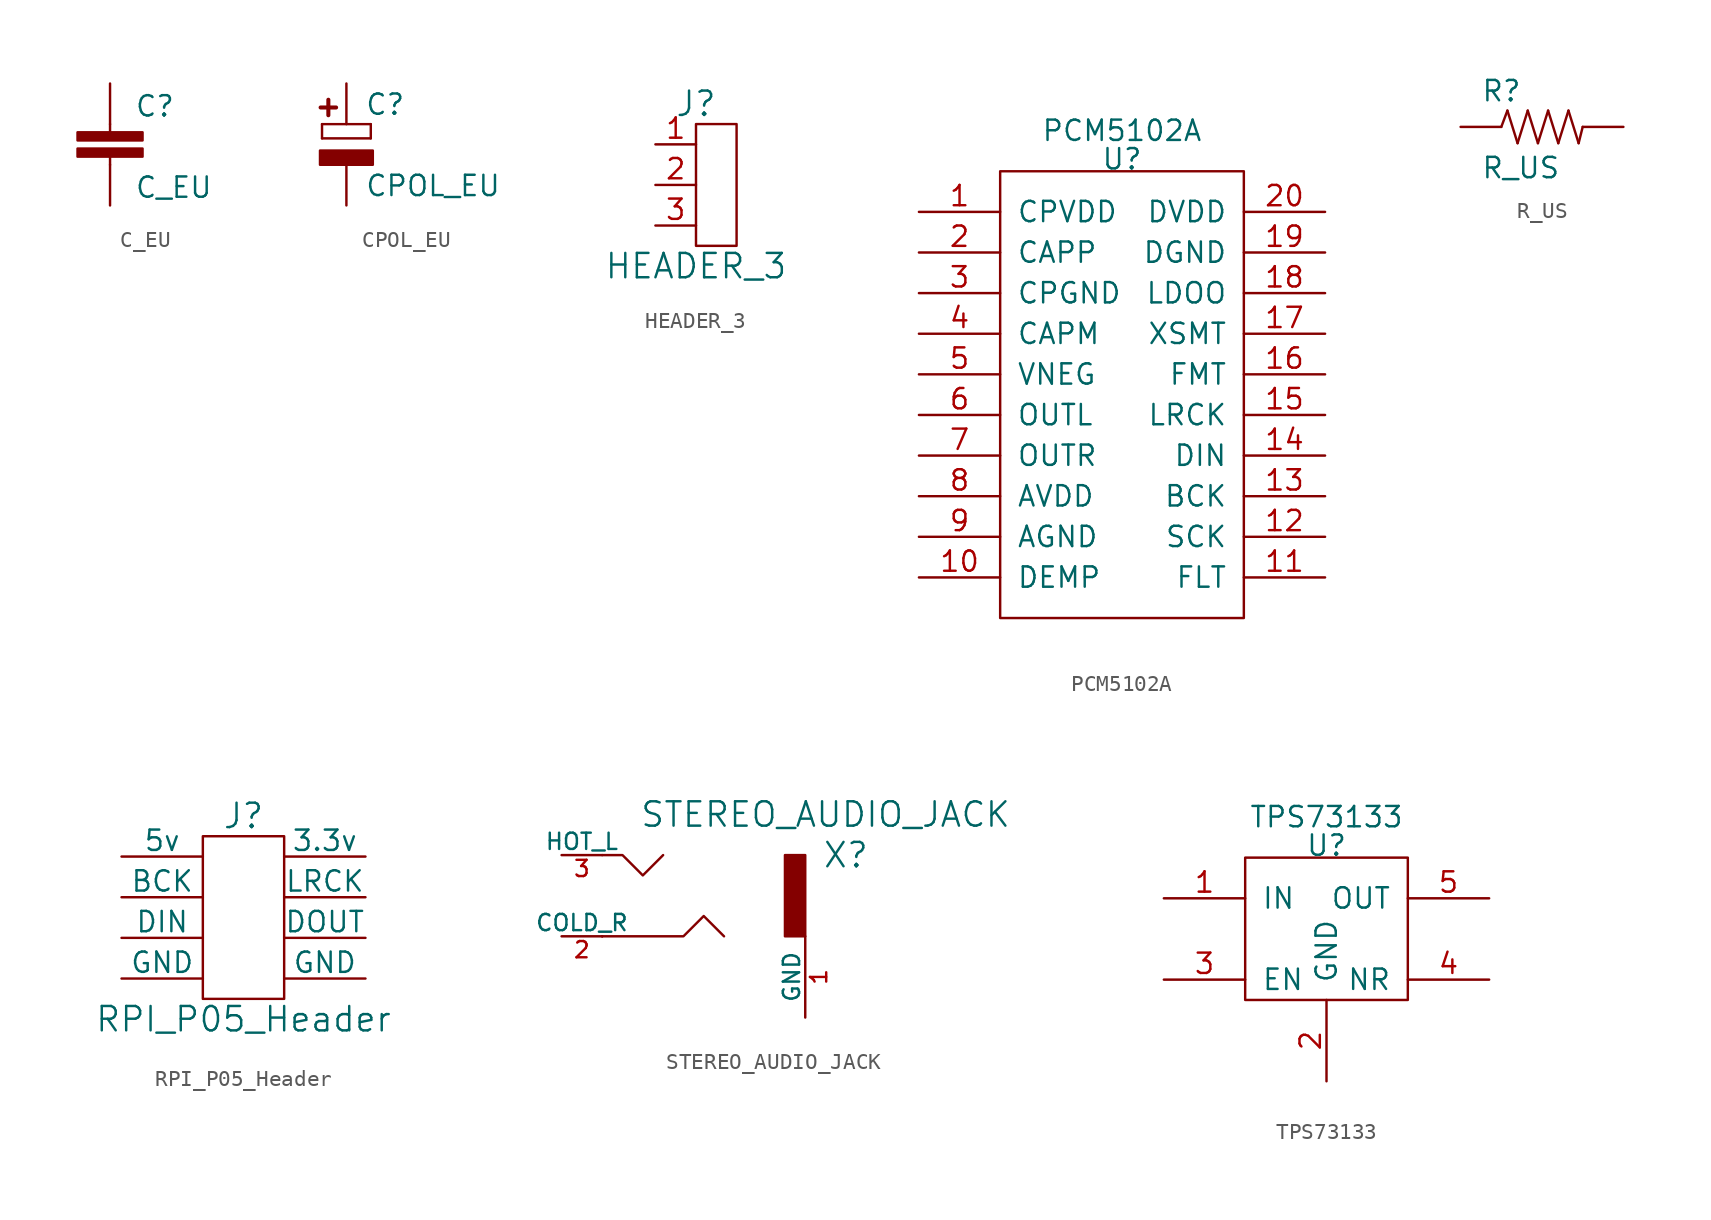
<source format=kicad_sym>
(kicad_symbol_lib
  (version 20231120)
  (generator "kicad_symbol_editor")
  (generator_version "8.0")
  (symbol "C_EU"
    (pin_numbers hide)
    (pin_names
      (offset 0) hide)
    (property "Reference" "C"
      (at 1.524 1.651 0)
      (effects (font (size 1.27 1.27)) (justify left bottom)))
    (property "Value" "C_EU"
      (at 1.524 -3.429 0)
      (effects (font (size 1.27 1.27)) (justify left bottom)))
    (property "Footprint" ""
      (at 0 0 0)
      (effects (font (size 1.524 1.524))))
    (property "Datasheet" ""
      (at 0 0 0)
      (effects (font (size 1.524 1.524))))
    (symbol "C_EU_1_0"
      (polyline (pts (xy 0 -1.27) (xy 0 -0.762)) (stroke (width 0) (type solid)) (fill (type none)))
      (polyline (pts (xy 0 1.27) (xy 0 0.762)) (stroke (width 0) (type solid)) (fill (type none))))
    (symbol "C_EU_1_1"
      (rectangle (start -2.032 -0.762) (end 2.032 -0.254) (stroke (width 0) (type solid)) (fill (type outline)))
      (rectangle (start -2.032 0.254) (end 2.032 0.762) (stroke (width 0) (type solid)) (fill (type outline)))
      (pin passive line (at 0 3.81 270) (length 2.54) (name "1" (effects (font (size 1.016 1.016)))) (number "1" (effects (font (size 1.016 1.016)))))
      (pin passive line (at 0 -3.81 90) (length 2.54) (name "2" (effects (font (size 1.016 1.016)))) (number "2" (effects (font (size 1.016 1.016)))))))
  (symbol "CPOL_EU"
    (pin_numbers hide)
    (pin_names
      (offset 1.016) hide)
    (property "Reference" "C"
      (at 1.143 1.753 0)
      (effects (font (size 1.27 1.27)) (justify left bottom)))
    (property "Value" "CPOL_EU"
      (at 1.143 -3.327 0)
      (effects (font (size 1.27 1.27)) (justify left bottom)))
    (property "Footprint" ""
      (at 0 0 0)
      (effects (font (size 1.524 1.524))))
    (property "Datasheet" ""
      (at 0 0 0)
      (effects (font (size 1.524 1.524))))
    (symbol "CPOL_EU_1_0"
      (polyline (pts (xy -1.524 0.381) (xy 1.524 0.381)) (stroke (width 0) (type solid)) (fill (type none)))
      (polyline (pts (xy -1.524 1.27) (xy -1.524 0.381)) (stroke (width 0) (type solid)) (fill (type none)))
      (polyline (pts (xy -1.524 1.27) (xy 1.524 1.27)) (stroke (width 0) (type solid)) (fill (type none)))
      (polyline (pts (xy 1.524 0.381) (xy 1.524 1.27)) (stroke (width 0) (type solid)) (fill (type none)))
      (text "+" (at -1.219 2.311 1) (effects (font (size 1.27 1.27) (bold yes)))))
    (symbol "CPOL_EU_1_1"
      (rectangle (start -1.651 -1.27) (end 1.651 -0.381) (stroke (width 0) (type solid)) (fill (type outline)))
      (pin passive line (at 0 3.81 270) (length 2.54) (name "+" (effects (font (size 1.016 1.016)))) (number "1" (effects (font (size 1.016 1.016)))))
      (pin passive line (at 0 -3.81 90) (length 2.54) (name "-" (effects (font (size 1.016 1.016)))) (number "2" (effects (font (size 1.016 1.016)))))))
  (symbol "HEADER_3"
    (pin_names
      (offset 0))
    (property "Reference" "J"
      (at 0 5.08 0)
      (effects (font (size 1.524 1.524))))
    (property "Value" "HEADER_3"
      (at 0 -5.08 0)
      (effects (font (size 1.524 1.524))))
    (property "Footprint" ""
      (at 0 0 0)
      (effects (font (size 1.524 1.524))))
    (property "Datasheet" ""
      (at 0 0 0)
      (effects (font (size 1.524 1.524))))
    (symbol "HEADER_3_0_1"
      (rectangle (start 2.54 3.81) (end 0 -3.81) (stroke (width 0) (type solid)) (fill (type none))))
    (symbol "HEADER_3_1_1"
      (pin passive line (at -2.54 2.54 0) (length 2.54) (name "~" (effects (font (size 1.27 1.27)))) (number "1" (effects (font (size 1.27 1.27)))))
      (pin passive line (at -2.54 0 0) (length 2.54) (name "~" (effects (font (size 1.27 1.27)))) (number "2" (effects (font (size 1.27 1.27)))))
      (pin passive line (at -2.54 -2.54 0) (length 2.54) (name "~" (effects (font (size 1.27 1.27)))) (number "3" (effects (font (size 1.27 1.27)))))))
  (symbol "PCM5102A"
    (pin_names
      (offset 1.016))
    (property "Reference" "U"
      (at 0 13.462 0)
      (effects (font (size 1.27 1.27))))
    (property "Value" "PCM5102A"
      (at 0 15.24 0)
      (effects (font (size 1.27 1.27))))
    (property "Footprint" ""
      (at 0 -1.27 0)
      (effects (font (size 1.524 1.524))))
    (property "Datasheet" ""
      (at 0 -1.27 0)
      (effects (font (size 1.524 1.524))))
    (symbol "PCM5102A_0_1"
      (rectangle (start -7.62 12.7) (end 7.62 -15.24) (stroke (width 0) (type solid)) (fill (type none))))
    (symbol "PCM5102A_1_1"
      (pin power_in line (at -12.7 10.16 0) (length 5.08) (name "CPVDD" (effects (font (size 1.27 1.27)))) (number "1" (effects (font (size 1.27 1.27)))))
      (pin input line (at -12.7 -12.7 0) (length 5.08) (name "DEMP" (effects (font (size 1.27 1.27)))) (number "10" (effects (font (size 1.27 1.27)))))
      (pin input line (at 12.7 -12.7 180) (length 5.08) (name "FLT" (effects (font (size 1.27 1.27)))) (number "11" (effects (font (size 1.27 1.27)))))
      (pin input line (at 12.7 -10.16 180) (length 5.08) (name "SCK" (effects (font (size 1.27 1.27)))) (number "12" (effects (font (size 1.27 1.27)))))
      (pin input line (at 12.7 -7.62 180) (length 5.08) (name "BCK" (effects (font (size 1.27 1.27)))) (number "13" (effects (font (size 1.27 1.27)))))
      (pin input line (at 12.7 -5.08 180) (length 5.08) (name "DIN" (effects (font (size 1.27 1.27)))) (number "14" (effects (font (size 1.27 1.27)))))
      (pin input line (at 12.7 -2.54 180) (length 5.08) (name "LRCK" (effects (font (size 1.27 1.27)))) (number "15" (effects (font (size 1.27 1.27)))))
      (pin input line (at 12.7 0 180) (length 5.08) (name "FMT" (effects (font (size 1.27 1.27)))) (number "16" (effects (font (size 1.27 1.27)))))
      (pin input line (at 12.7 2.54 180) (length 5.08) (name "XSMT" (effects (font (size 1.27 1.27)))) (number "17" (effects (font (size 1.27 1.27)))))
      (pin power_out line (at 12.7 5.08 180) (length 5.08) (name "LDOO" (effects (font (size 1.27 1.27)))) (number "18" (effects (font (size 1.27 1.27)))))
      (pin power_in line (at 12.7 7.62 180) (length 5.08) (name "DGND" (effects (font (size 1.27 1.27)))) (number "19" (effects (font (size 1.27 1.27)))))
      (pin output line (at -12.7 7.62 0) (length 5.08) (name "CAPP" (effects (font (size 1.27 1.27)))) (number "2" (effects (font (size 1.27 1.27)))))
      (pin power_in line (at 12.7 10.16 180) (length 5.08) (name "DVDD" (effects (font (size 1.27 1.27)))) (number "20" (effects (font (size 1.27 1.27)))))
      (pin power_in line (at -12.7 5.08 0) (length 5.08) (name "CPGND" (effects (font (size 1.27 1.27)))) (number "3" (effects (font (size 1.27 1.27)))))
      (pin output line (at -12.7 2.54 0) (length 5.08) (name "CAPM" (effects (font (size 1.27 1.27)))) (number "4" (effects (font (size 1.27 1.27)))))
      (pin output line (at -12.7 0 0) (length 5.08) (name "VNEG" (effects (font (size 1.27 1.27)))) (number "5" (effects (font (size 1.27 1.27)))))
      (pin output line (at -12.7 -2.54 0) (length 5.08) (name "OUTL" (effects (font (size 1.27 1.27)))) (number "6" (effects (font (size 1.27 1.27)))))
      (pin output line (at -12.7 -5.08 0) (length 5.08) (name "OUTR" (effects (font (size 1.27 1.27)))) (number "7" (effects (font (size 1.27 1.27)))))
      (pin power_in line (at -12.7 -7.62 0) (length 5.08) (name "AVDD" (effects (font (size 1.27 1.27)))) (number "8" (effects (font (size 1.27 1.27)))))
      (pin power_in line (at -12.7 -10.16 0) (length 5.08) (name "AGND" (effects (font (size 1.27 1.27)))) (number "9" (effects (font (size 1.27 1.27)))))))
  (symbol "R_US"
    (pin_numbers hide)
    (pin_names
      (offset 1.016) hide)
    (property "Reference" "R"
      (at -3.81 1.499 0)
      (effects (font (size 1.27 1.27)) (justify left bottom)))
    (property "Value" "R_US"
      (at -3.81 -3.302 0)
      (effects (font (size 1.27 1.27)) (justify left bottom)))
    (property "Footprint" ""
      (at 0 0 0)
      (effects (font (size 1.524 1.524))))
    (property "Datasheet" ""
      (at 0 0 0)
      (effects (font (size 1.524 1.524))))
    (symbol "R_US_1_0"
      (polyline (pts (xy -2.54 0) (xy -2.159 1.016)) (stroke (width 0) (type solid)) (fill (type none)))
      (polyline (pts (xy -2.159 1.016) (xy -1.524 -1.016)) (stroke (width 0) (type solid)) (fill (type none)))
      (polyline (pts (xy -1.524 -1.016) (xy -0.889 1.016)) (stroke (width 0) (type solid)) (fill (type none)))
      (polyline (pts (xy -0.889 1.016) (xy -0.254 -1.016)) (stroke (width 0) (type solid)) (fill (type none)))
      (polyline (pts (xy -0.254 -1.016) (xy 0.381 1.016)) (stroke (width 0) (type solid)) (fill (type none)))
      (polyline (pts (xy 0.381 1.016) (xy 1.016 -1.016)) (stroke (width 0) (type solid)) (fill (type none)))
      (polyline (pts (xy 1.016 -1.016) (xy 1.651 1.016)) (stroke (width 0) (type solid)) (fill (type none)))
      (polyline (pts (xy 1.651 1.016) (xy 2.286 -1.016)) (stroke (width 0) (type solid)) (fill (type none)))
      (polyline (pts (xy 2.286 -1.016) (xy 2.54 0)) (stroke (width 0) (type solid)) (fill (type none))))
    (symbol "R_US_1_1"
      (pin passive line (at -5.08 0 0) (length 2.54) (name "1" (effects (font (size 1.016 1.016)))) (number "1" (effects (font (size 1.016 1.016)))))
      (pin passive line (at 5.08 0 180) (length 2.54) (name "2" (effects (font (size 1.016 1.016)))) (number "2" (effects (font (size 1.016 1.016)))))))
  (symbol "RPI_P05_Header"
    (pin_numbers hide)
    (pin_names
      (offset 0))
    (property "Reference" "J"
      (at 0 7.62 0)
      (effects (font (size 1.524 1.524))))
    (property "Value" "RPI_P05_Header"
      (at 0 -5.08 0)
      (effects (font (size 1.524 1.524))))
    (property "Footprint" ""
      (at 0 1.27 0)
      (effects (font (size 1.524 1.524))))
    (property "Datasheet" ""
      (at 0 1.27 0)
      (effects (font (size 1.524 1.524))))
    (symbol "RPI_P05_Header_0_1"
      (rectangle (start -2.54 6.35) (end 2.54 -3.81) (stroke (width 0) (type solid)) (fill (type none))))
    (symbol "RPI_P05_Header_1_1"
      (pin passive line (at -7.62 5.08 0) (length 5.08) (name "5v" (effects (font (size 1.27 1.27)))) (number "1" (effects (font (size 1.27 1.27)))))
      (pin passive line (at 7.62 5.08 180) (length 5.08) (name "3.3v" (effects (font (size 1.27 1.27)))) (number "2" (effects (font (size 1.27 1.27)))))
      (pin passive line (at -7.62 2.54 0) (length 5.08) (name "BCK" (effects (font (size 1.27 1.27)))) (number "3" (effects (font (size 1.27 1.27)))))
      (pin passive line (at 7.62 2.54 180) (length 5.08) (name "LRCK" (effects (font (size 1.27 1.27)))) (number "4" (effects (font (size 1.27 1.27)))))
      (pin passive line (at -7.62 0 0) (length 5.08) (name "DIN" (effects (font (size 1.27 1.27)))) (number "5" (effects (font (size 1.27 1.27)))))
      (pin passive line (at 7.62 0 180) (length 5.08) (name "DOUT" (effects (font (size 1.27 1.27)))) (number "6" (effects (font (size 1.27 1.27)))))
      (pin passive line (at -7.62 -2.54 0) (length 5.08) (name "GND" (effects (font (size 1.27 1.27)))) (number "7" (effects (font (size 1.27 1.27)))))
      (pin passive line (at 7.62 -2.54 180) (length 5.08) (name "GND" (effects (font (size 1.27 1.27)))) (number "8" (effects (font (size 1.27 1.27)))))))
  (symbol "STEREO_AUDIO_JACK"
    (pin_names
      (offset 0))
    (property "Reference" "X"
      (at 5.08 2.54 0)
      (effects (font (size 1.524 1.524))))
    (property "Value" "STEREO_AUDIO_JACK"
      (at 3.81 5.08 0)
      (effects (font (size 1.524 1.524))))
    (property "Footprint" ""
      (at 0 0 0)
      (effects (font (size 1.524 1.524))))
    (property "Datasheet" ""
      (at 0 0 0)
      (effects (font (size 1.524 1.524))))
    (symbol "STEREO_AUDIO_JACK_0_1"
      (polyline (pts (xy -10.16 -2.54) (xy -10.16 -2.54)) (stroke (width 0) (type solid)) (fill (type none)))
      (polyline (pts (xy -6.35 2.54) (xy -7.62 1.27) (xy -8.89 2.54) (xy -10.16 2.54)) (stroke (width 0) (type solid)) (fill (type none)))
      (polyline (pts (xy -2.54 -2.54) (xy -3.81 -1.27) (xy -5.08 -2.54) (xy -10.16 -2.54)) (stroke (width 0) (type solid)) (fill (type none)))
      (rectangle (start 2.54 -2.54) (end 1.27 2.54) (stroke (width 0) (type solid)) (fill (type outline))))
    (symbol "STEREO_AUDIO_JACK_1_1"
      (pin input line (at 2.54 -7.62 90) (length 5.08) (name "GND" (effects (font (size 1.016 1.016)))) (number "1" (effects (font (size 1.016 1.016)))))
      (pin input line (at -12.7 -2.54 0) (length 2.54) (name "COLD_R" (effects (font (size 1.016 1.016)))) (number "2" (effects (font (size 1.016 1.016)))))
      (pin input line (at -12.7 2.54 0) (length 2.54) (name "HOT_L" (effects (font (size 1.016 1.016)))) (number "3" (effects (font (size 1.016 1.016)))))))
  (symbol "TPS73133"
    (pin_names
      (offset 1.016))
    (property "Reference" "U"
      (at 0 5.842 0)
      (effects (font (size 1.27 1.27))))
    (property "Value" "TPS73133"
      (at 0 7.62 0)
      (effects (font (size 1.27 1.27))))
    (property "Footprint" ""
      (at 0 0.635 0)
      (effects (font (size 1.524 1.524))))
    (property "Datasheet" ""
      (at 0 0.635 0)
      (effects (font (size 1.524 1.524))))
    (symbol "TPS73133_0_1"
      (rectangle (start -5.08 5.08) (end 5.08 -3.81) (stroke (width 0) (type solid)) (fill (type none))))
    (symbol "TPS73133_1_1"
      (pin bidirectional line (at -10.16 2.54 0) (length 5.08) (name "IN" (effects (font (size 1.27 1.27)))) (number "1" (effects (font (size 1.27 1.27)))))
      (pin bidirectional line (at 0 -8.89 90) (length 5.08) (name "GND" (effects (font (size 1.27 1.27)))) (number "2" (effects (font (size 1.27 1.27)))))
      (pin bidirectional line (at -10.16 -2.54 0) (length 5.08) (name "EN" (effects (font (size 1.27 1.27)))) (number "3" (effects (font (size 1.27 1.27)))))
      (pin bidirectional line (at 10.16 -2.54 180) (length 5.08) (name "NR" (effects (font (size 1.27 1.27)))) (number "4" (effects (font (size 1.27 1.27)))))
      (pin bidirectional line (at 10.16 2.54 180) (length 5.08) (name "OUT" (effects (font (size 1.27 1.27)))) (number "5" (effects (font (size 1.27 1.27))))))))
</source>
